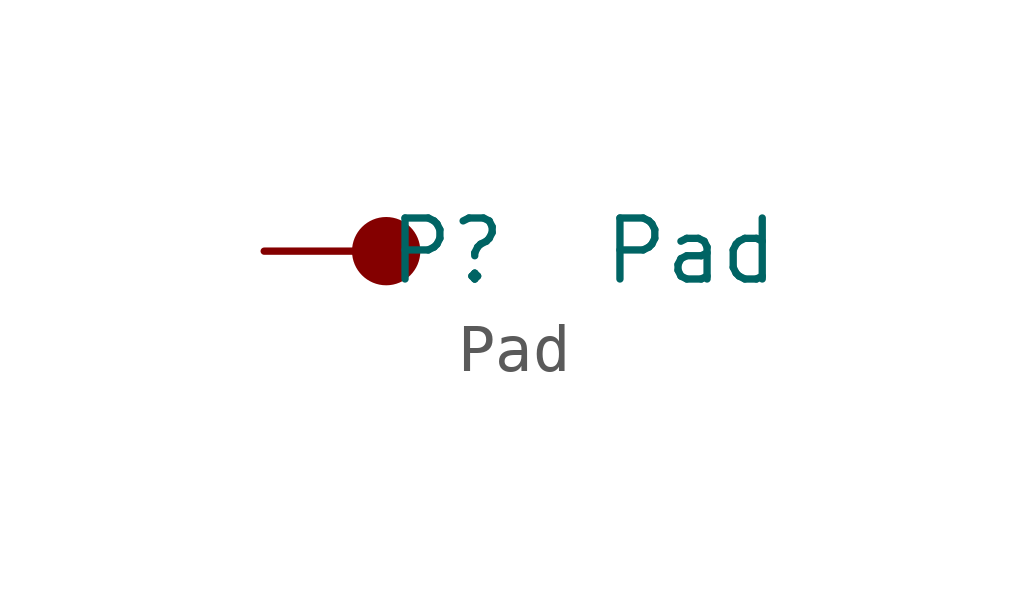
<source format=kicad_sym>
(kicad_symbol_lib
  (version 20231120)
  (generator "kicad_symbol_editor")
  (generator_version "8.0")
  (symbol "Pad"
    (pin_numbers hide)
    (pin_names
      (offset 1.016))
    (property "Reference" "P"
      (at 1.27 0 0)
      (effects (font (size 1.27 1.27))))
    (property "Value" "Pad"
      (at 6.35 0 0)
      (effects (font (size 1.27 1.27))))
    (symbol "Pad_0_1"
      (circle (center 0 0) (radius 0.635) (stroke (width 0) (type solid)) (fill (type outline))))
    (symbol "Pad_1_1"
      (pin unspecified line (at -2.54 0 0) (length 2.54) (name "~" (effects (font (size 1.27 1.27)))) (number "1" (effects (font (size 1.27 1.27))))))))
</source>
